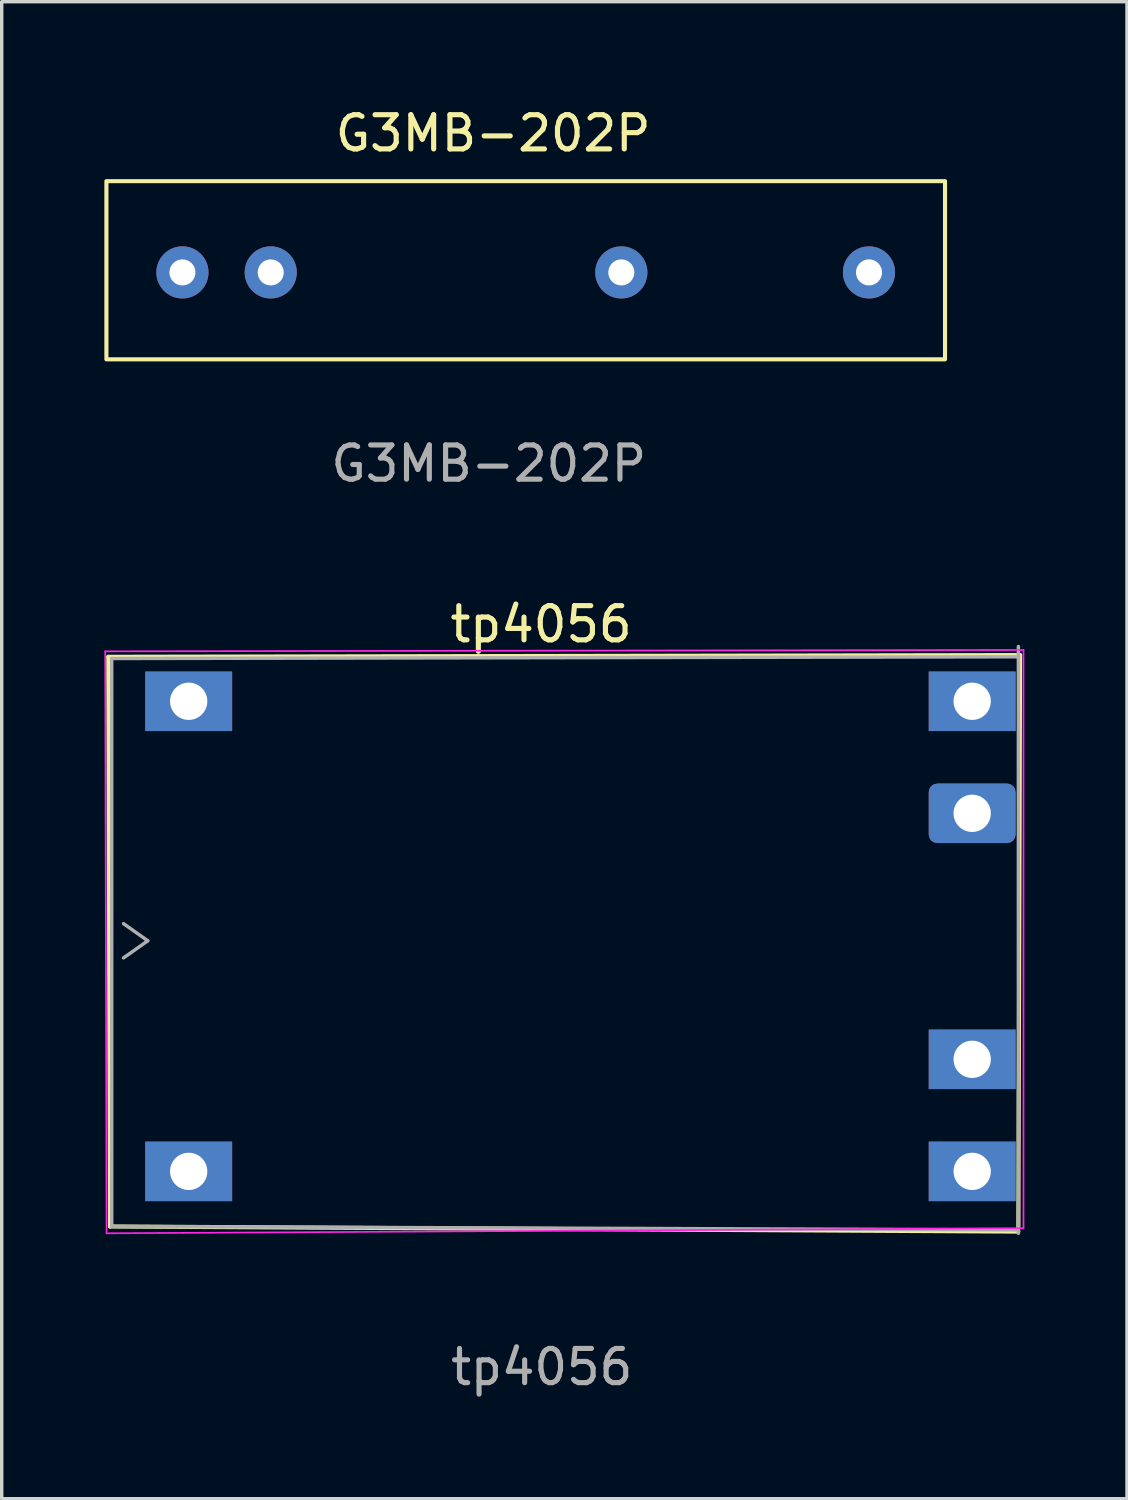
<source format=kicad_pcb>
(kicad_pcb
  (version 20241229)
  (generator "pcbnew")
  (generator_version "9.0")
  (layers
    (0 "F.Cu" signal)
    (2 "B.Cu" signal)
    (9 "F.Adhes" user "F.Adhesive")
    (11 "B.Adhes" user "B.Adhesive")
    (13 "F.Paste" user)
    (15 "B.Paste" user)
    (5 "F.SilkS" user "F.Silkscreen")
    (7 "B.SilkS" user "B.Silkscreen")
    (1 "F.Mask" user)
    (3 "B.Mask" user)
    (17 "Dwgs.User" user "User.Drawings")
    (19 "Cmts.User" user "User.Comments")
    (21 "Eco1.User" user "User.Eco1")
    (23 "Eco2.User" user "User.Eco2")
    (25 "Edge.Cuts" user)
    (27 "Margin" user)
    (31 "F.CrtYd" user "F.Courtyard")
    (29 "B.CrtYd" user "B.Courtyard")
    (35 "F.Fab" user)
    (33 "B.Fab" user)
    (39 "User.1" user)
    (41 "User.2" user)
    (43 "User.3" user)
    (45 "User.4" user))
  (footprint "G3MB-202P"
    (layer "F.Cu")
    (at 11.363 5.039)
    (property "Reference" "G3MB-202P" (at 0 -4.191 0) (unlocked yes) (layer "F.SilkS") (effects (font (size 1 1) (thickness 0.15))))
    (attr through_hole)
    (fp_rect (start -11.303 -2.794) (end 13.208 2.413) (stroke (width 0.12) (type solid)) (fill no) (layer "F.SilkS"))
    (fp_text user "${REFERENCE}" (at -0.127 5.461 0) (unlocked yes) (layer "F.Fab") (effects (font (size 1 1) (thickness 0.15))))
    (pad "11" thru_hole circle (at 3.747 -0.127) (size 1.524 1.524) (drill 0.762) (layers "*.Cu" "*.Mask"))
    (pad "14" thru_hole circle (at 10.986 -0.127) (size 1.524 1.524) (drill 0.762) (layers "*.Cu" "*.Mask"))
    (pad "A1" thru_hole circle (at -6.5 -0.127) (size 1.524 1.524) (drill 0.762) (layers "*.Cu" "*.Mask"))
    (pad "A2" thru_hole circle (at -9.081 -0.127) (size 1.524 1.524) (drill 0.762) (layers "*.Cu" "*.Mask")))
  (footprint "tp4056"
    (layer "F.Cu")
    (at 12.765 27.897)
    (property "Reference" "tp4056" (at 0 -12.7 0) (unlocked yes) (layer "F.SilkS") (effects (font (size 1 1) (thickness 0.15))))
    (attr smd)
    (fp_line (start -12.65 -11.75) (end -12.6 4.9) (stroke (width 0.12) (type solid)) (layer "F.SilkS"))
    (fp_line (start -12.6 4.9) (end 13.95 5.05) (stroke (width 0.12) (type solid)) (layer "F.SilkS"))
    (fp_line (start 13.95 4.95) (end 14 -11.8) (stroke (width 0.12) (type solid)) (layer "F.SilkS"))
    (fp_line (start 14 -11.8) (end -12.65 -11.75) (stroke (width 0.12) (type solid)) (layer "F.SilkS"))
    (fp_line (start -12.74 -11.91) (end -12.7 5.1) (stroke (width 0.05) (type solid)) (layer "F.CrtYd"))
    (fp_line (start -12.74 -11.91) (end 14.1 -11.95) (stroke (width 0.05) (type solid)) (layer "F.CrtYd"))
    (fp_line (start -12.7 5.1) (end 14.1 4.95) (stroke (width 0.05) (type solid)) (layer "F.CrtYd"))
    (fp_line (start 14.1 4.95) (end 14.1 -11.95) (stroke (width 0.05) (type solid)) (layer "F.CrtYd"))
    (fp_line (start -12.55 -11.7) (end -12.55 4.9) (stroke (width 0.1) (type solid)) (layer "F.Fab"))
    (fp_line (start -12.55 4.9) (end 13.95 5) (stroke (width 0.1) (type solid)) (layer "F.Fab"))
    (fp_line (start -12.204 -3.95) (end -11.496 -3.45) (stroke (width 0.1) (type solid)) (layer "F.Fab"))
    (fp_line (start -11.496 -3.45) (end -12.204 -2.95) (stroke (width 0.1) (type solid)) (layer "F.Fab"))
    (fp_line (start 13.95 -11.75) (end -12.55 -11.7) (stroke (width 0.1) (type solid)) (layer "F.Fab"))
    (fp_line (start 13.95 5.1) (end 13.95 -12.05) (stroke (width 0.1) (type solid)) (layer "F.Fab"))
    (fp_text user "${REFERENCE}" (at 0.02 9.01 0) (unlocked yes) (layer "F.Fab") (effects (font (size 1 1) (thickness 0.15))))
    (pad "1" thru_hole roundrect (at 12.6 -7.175 90) (size 1.74 2.54) (drill 1.09) (layers "*.Cu" "*.Mask") (roundrect_rratio 0.144))
    (pad "2" thru_hole rect (at 12.6 0.015 90) (size 1.74 2.54) (drill 1.09) (layers "*.Cu" "*.Mask"))
    (pad "3" thru_hole rect (at 12.6 -10.45 90) (size 1.74 2.54) (drill 1.09) (layers "*.Cu" "*.Mask"))
    (pad "4" thru_hole rect (at 12.6 3.29 90) (size 1.74 2.54) (drill 1.09) (layers "*.Cu" "*.Mask"))
    (pad "5" thru_hole rect (at -10.3 -10.45 90) (size 1.74 2.54) (drill 1.09) (layers "*.Cu" "*.Mask"))
    (pad "6" thru_hole rect (at -10.3 3.29 90) (size 1.74 2.54) (drill 1.09) (layers "*.Cu" "*.Mask")))
  (gr_rect
    (start -3 -3)
    (end 29.89 40.755)
    (stroke (width 0.1) (type default))
    (fill no)
    (layer "Edge.Cuts")))
</source>
